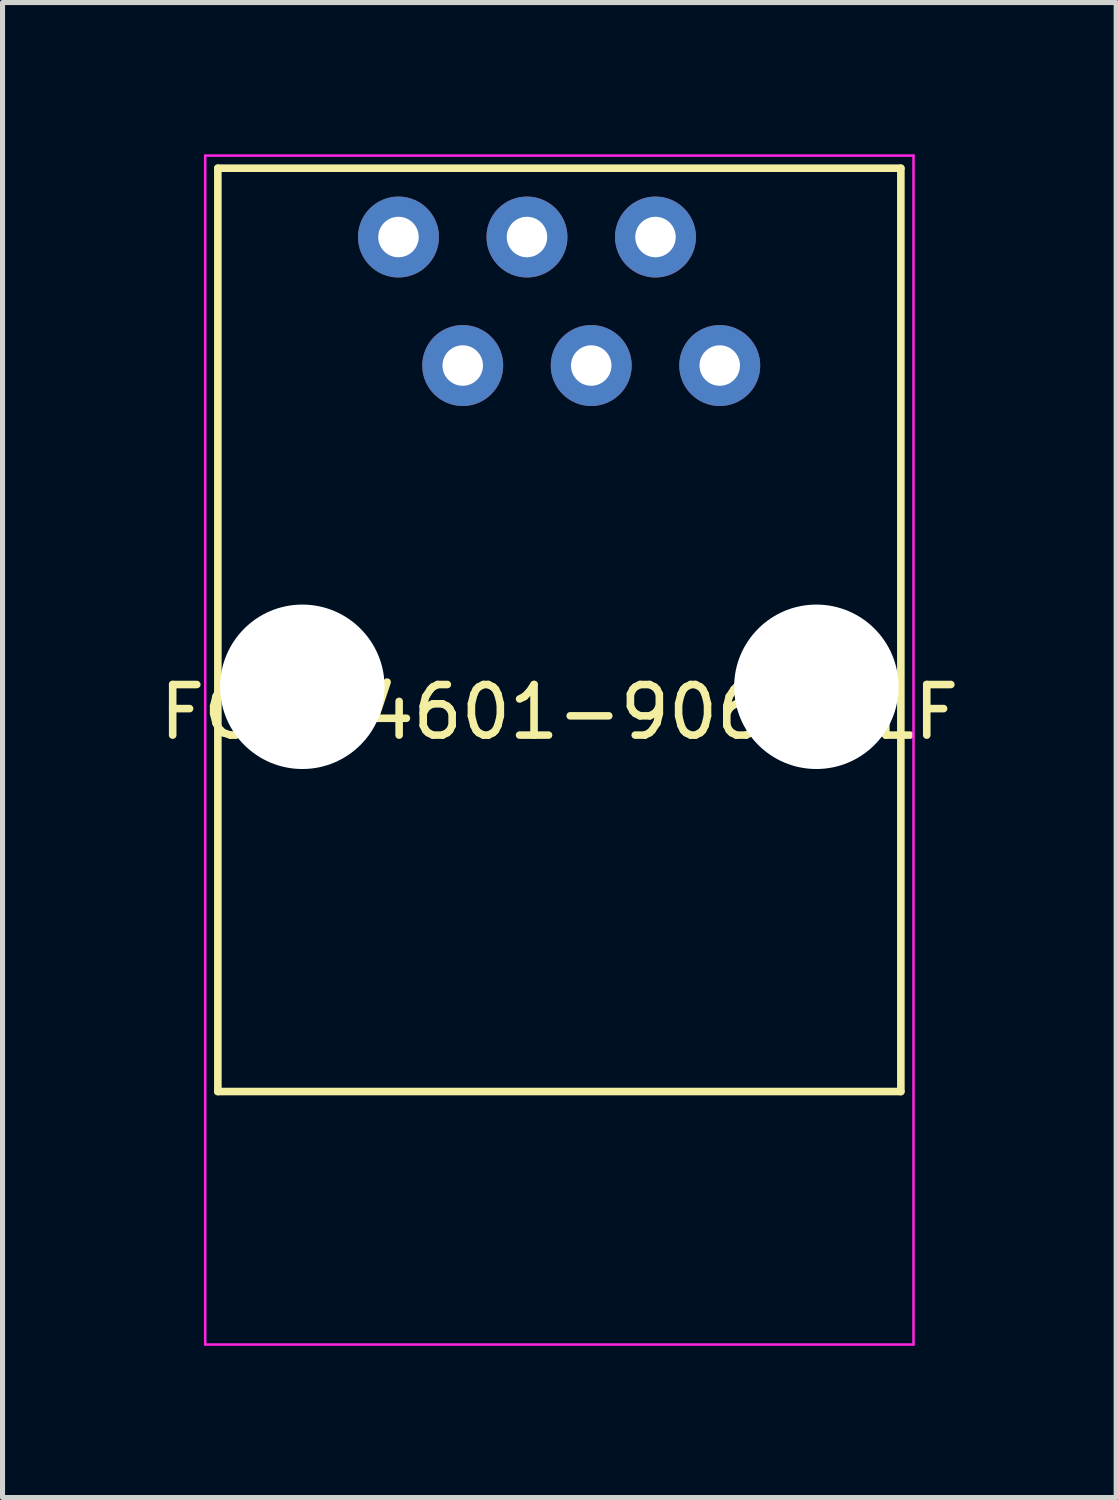
<source format=kicad_pcb>
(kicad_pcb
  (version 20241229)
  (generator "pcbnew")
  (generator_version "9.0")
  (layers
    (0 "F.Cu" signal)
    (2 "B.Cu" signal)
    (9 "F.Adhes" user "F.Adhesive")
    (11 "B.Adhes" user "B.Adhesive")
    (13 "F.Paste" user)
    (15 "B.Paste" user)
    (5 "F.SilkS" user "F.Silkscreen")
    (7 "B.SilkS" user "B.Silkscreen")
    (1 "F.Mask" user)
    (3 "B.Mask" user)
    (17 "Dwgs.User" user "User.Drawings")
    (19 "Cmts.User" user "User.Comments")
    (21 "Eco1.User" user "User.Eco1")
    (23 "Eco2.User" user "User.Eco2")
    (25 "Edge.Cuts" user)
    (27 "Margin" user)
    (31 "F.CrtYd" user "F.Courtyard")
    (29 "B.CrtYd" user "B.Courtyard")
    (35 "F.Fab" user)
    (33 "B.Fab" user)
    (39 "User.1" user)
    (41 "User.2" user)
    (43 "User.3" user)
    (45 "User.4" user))
  (footprint "FCI_54601-906WPLF"
    (layer "F.Cu")
    (at 8.006 10.525)
    (property "Reference" "FCI_54601-906WPLF" (at 0 0.5 0) (layer "F.SilkS") (effects (font (size 1 1) (thickness 0.15))))
    (attr through_hole)
    (fp_line (start -6.75 -10.25) (end -6.75 8) (stroke (width 0.15) (type solid)) (layer "F.SilkS"))
    (fp_line (start -6.75 -10.25) (end 6.75 -10.25) (stroke (width 0.15) (type solid)) (layer "F.SilkS"))
    (fp_line (start -6.75 8) (end 6.75 8) (stroke (width 0.15) (type solid)) (layer "F.SilkS"))
    (fp_line (start 6.75 8) (end 6.75 -10.25) (stroke (width 0.15) (type solid)) (layer "F.SilkS"))
    (fp_line (start -7 -10.5) (end 7 -10.5) (stroke (width 0.05) (type solid)) (layer "F.CrtYd"))
    (fp_line (start -7 13) (end -7 -10.5) (stroke (width 0.05) (type solid)) (layer "F.CrtYd"))
    (fp_line (start 7 -10.5) (end 7 13) (stroke (width 0.05) (type solid)) (layer "F.CrtYd"))
    (fp_line (start 7 13) (end -7 13) (stroke (width 0.05) (type solid)) (layer "F.CrtYd"))
    (pad "" np_thru_hole circle (at -5.08 0) (size 3.25 3.25) (drill 3.25) (layers "*.Cu" "*.Mask"))
    (pad "" np_thru_hole circle (at 5.08 0) (size 3.25 3.25) (drill 3.25) (layers "*.Cu" "*.Mask"))
    (pad "1" thru_hole circle (at -3.18 -8.89) (size 1.6 1.6) (drill 0.8) (layers "*.Cu" "*.Mask"))
    (pad "2" thru_hole circle (at -1.91 -6.35) (size 1.6 1.6) (drill 0.8) (layers "*.Cu" "*.Mask"))
    (pad "3" thru_hole circle (at -0.64 -8.89) (size 1.6 1.6) (drill 0.8) (layers "*.Cu" "*.Mask"))
    (pad "4" thru_hole circle (at 0.63 -6.35) (size 1.6 1.6) (drill 0.8) (layers "*.Cu" "*.Mask"))
    (pad "5" thru_hole circle (at 1.9 -8.89) (size 1.6 1.6) (drill 0.8) (layers "*.Cu" "*.Mask"))
    (pad "6" thru_hole circle (at 3.17 -6.35) (size 1.6 1.6) (drill 0.8) (layers "*.Cu" "*.Mask")))
  (gr_rect
    (start -3 -3)
    (end 19.012 26.55)
    (stroke (width 0.1) (type default))
    (fill no)
    (layer "Edge.Cuts")))
</source>
